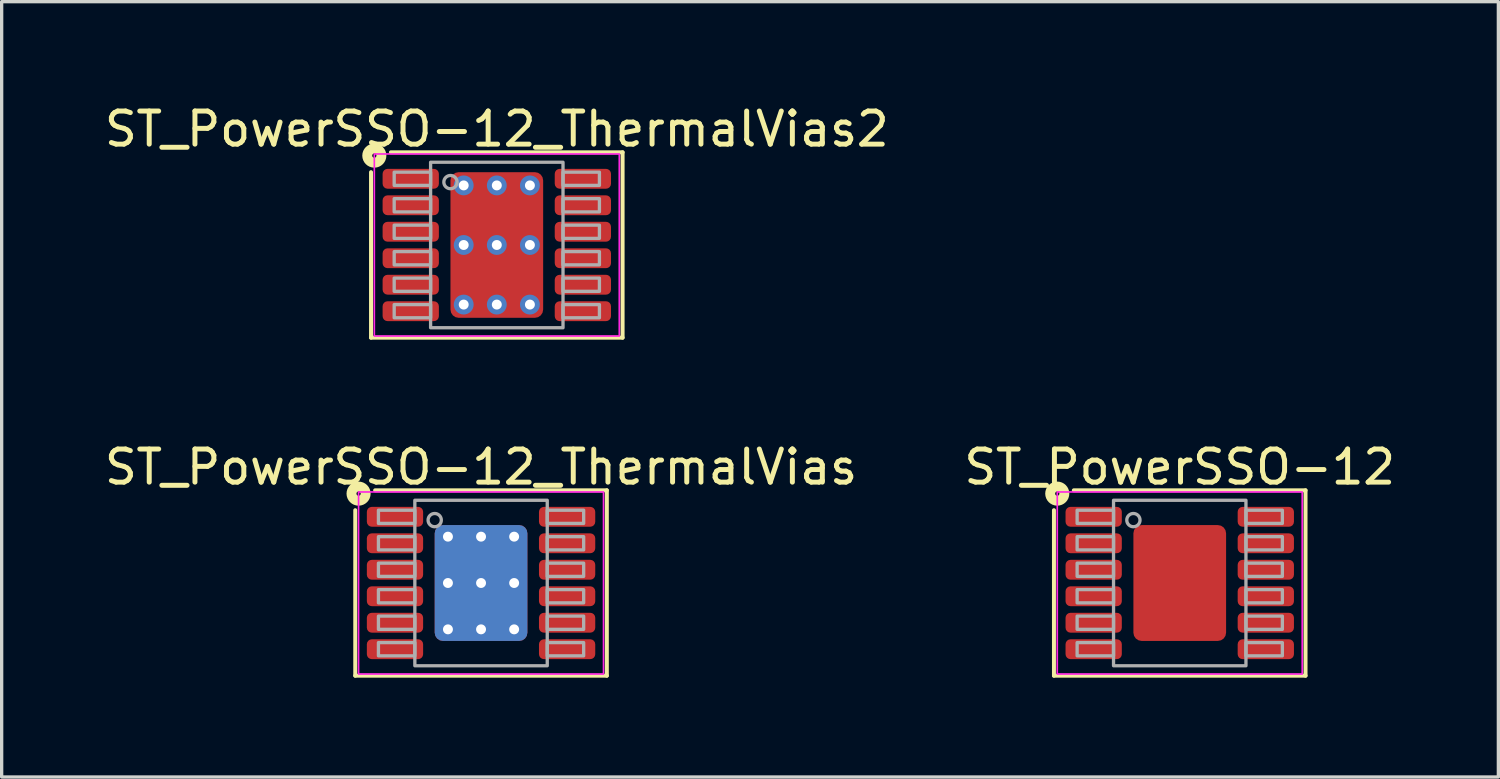
<source format=kicad_pcb>
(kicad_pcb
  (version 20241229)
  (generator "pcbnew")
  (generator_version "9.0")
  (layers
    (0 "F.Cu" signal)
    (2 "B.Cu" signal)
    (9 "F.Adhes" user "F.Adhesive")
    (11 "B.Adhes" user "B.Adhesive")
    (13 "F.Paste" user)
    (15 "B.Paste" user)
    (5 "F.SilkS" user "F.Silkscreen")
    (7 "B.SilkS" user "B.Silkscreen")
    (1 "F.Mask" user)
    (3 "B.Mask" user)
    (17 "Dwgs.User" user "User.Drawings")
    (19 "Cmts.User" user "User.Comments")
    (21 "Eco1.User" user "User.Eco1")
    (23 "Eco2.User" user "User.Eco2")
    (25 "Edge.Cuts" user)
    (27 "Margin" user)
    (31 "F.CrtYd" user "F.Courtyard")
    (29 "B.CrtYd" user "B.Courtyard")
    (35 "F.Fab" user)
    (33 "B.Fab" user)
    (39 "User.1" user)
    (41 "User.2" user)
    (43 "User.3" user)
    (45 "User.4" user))
  (footprint "ST_PowerSSO-12_ThermalVias2"
    (layer "F.Cu")
    (at 11.958 4.351)
    (property "Reference" "ST_PowerSSO-12_ThermalVias2" (at 0 -3.502 0) (layer "F.SilkS") (effects (font (size 1 1) (thickness 0.15))))
    (attr smd)
    (fp_line (start -3.8 -2.2) (end -3.8 2.8) (stroke (width 0.12) (type default)) (layer "F.SilkS"))
    (fp_line (start -3.8 2.8) (end 3.8 2.8) (stroke (width 0.12) (type default)) (layer "F.SilkS"))
    (fp_line (start 3.8 -2.8) (end -3.2 -2.8) (stroke (width 0.12) (type default)) (layer "F.SilkS"))
    (fp_line (start 3.8 2.8) (end 3.8 -2.8) (stroke (width 0.12) (type default)) (layer "F.SilkS"))
    (fp_circle (center -3.7 -2.7) (end -3.636 -2.7) (stroke (width 0.3) (type solid)) (fill no) (layer "F.SilkS"))
    (fp_rect (start -3.7 -2.75) (end 3.7 2.75) (stroke (width 0.05) (type default)) (fill no) (layer "F.CrtYd"))
    (fp_rect (start -2 -2.5) (end 2 2.5) (stroke (width 0.1) (type default)) (fill no) (layer "F.Fab"))
    (fp_rect (start -2 -2.2) (end -3.1 -1.8) (stroke (width 0.1) (type default)) (fill no) (layer "F.Fab"))
    (fp_rect (start -2 -1.4) (end -3.1 -1) (stroke (width 0.1) (type default)) (fill no) (layer "F.Fab"))
    (fp_rect (start -2 -0.6) (end -3.1 -0.2) (stroke (width 0.1) (type default)) (fill no) (layer "F.Fab"))
    (fp_rect (start -2 0.2) (end -3.1 0.6) (stroke (width 0.1) (type default)) (fill no) (layer "F.Fab"))
    (fp_rect (start -2 1) (end -3.1 1.4) (stroke (width 0.1) (type default)) (fill no) (layer "F.Fab"))
    (fp_rect (start -2 1.8) (end -3.1 2.2) (stroke (width 0.1) (type default)) (fill no) (layer "F.Fab"))
    (fp_rect (start 3.1 -2.2) (end 2 -1.8) (stroke (width 0.1) (type default)) (fill no) (layer "F.Fab"))
    (fp_rect (start 3.1 -1.4) (end 2 -1) (stroke (width 0.1) (type default)) (fill no) (layer "F.Fab"))
    (fp_rect (start 3.1 -0.6) (end 2 -0.2) (stroke (width 0.1) (type default)) (fill no) (layer "F.Fab"))
    (fp_rect (start 3.1 0.2) (end 2 0.6) (stroke (width 0.1) (type default)) (fill no) (layer "F.Fab"))
    (fp_rect (start 3.1 1) (end 2 1.4) (stroke (width 0.1) (type default)) (fill no) (layer "F.Fab"))
    (fp_rect (start 3.1 1.8) (end 2 2.2) (stroke (width 0.1) (type default)) (fill no) (layer "F.Fab"))
    (fp_circle (center -1.4 -1.9) (end -1.2 -1.9) (stroke (width 0.1) (type solid)) (fill no) (layer "F.Fab"))
    (pad "" smd roundrect (at -0.7 -0.9) (size 1 0.9) (layers "F.Paste") (roundrect_rratio 0.25))
    (pad "" smd roundrect (at -0.7 0.9) (size 1 0.9) (layers "F.Paste") (roundrect_rratio 0.25))
    (pad "" smd roundrect (at 0 -0.9) (size 2.7 1.1) (layers "F.Mask") (roundrect_rratio 0.25))
    (pad "" smd roundrect (at 0 0.9) (size 2.7 1.1) (layers "F.Mask") (roundrect_rratio 0.25))
    (pad "" smd roundrect (at 0.7 -0.9) (size 1 0.9) (layers "F.Paste") (roundrect_rratio 0.25))
    (pad "" smd roundrect (at 0.7 0.9) (size 1 0.9) (layers "F.Paste") (roundrect_rratio 0.25))
    (pad "1" smd roundrect (at -2.6 -2) (size 1.7 0.6) (layers "F.Cu" "F.Mask" "F.Paste") (roundrect_rratio 0.25))
    (pad "2" smd roundrect (at -2.6 -1.2) (size 1.7 0.6) (layers "F.Cu" "F.Mask" "F.Paste") (roundrect_rratio 0.25))
    (pad "3" smd roundrect (at -2.6 -0.4) (size 1.7 0.6) (layers "F.Cu" "F.Mask" "F.Paste") (roundrect_rratio 0.25))
    (pad "4" smd roundrect (at -2.6 0.4) (size 1.7 0.6) (layers "F.Cu" "F.Mask" "F.Paste") (roundrect_rratio 0.25))
    (pad "5" smd roundrect (at -2.6 1.2) (size 1.7 0.6) (layers "F.Cu" "F.Mask" "F.Paste") (roundrect_rratio 0.25))
    (pad "6" smd roundrect (at -2.6 2) (size 1.7 0.6) (layers "F.Cu" "F.Mask" "F.Paste") (roundrect_rratio 0.25))
    (pad "7" smd roundrect (at 2.6 2) (size 1.7 0.6) (layers "F.Cu" "F.Mask" "F.Paste") (roundrect_rratio 0.25))
    (pad "8" smd roundrect (at 2.6 1.2) (size 1.7 0.6) (layers "F.Cu" "F.Mask" "F.Paste") (roundrect_rratio 0.25))
    (pad "9" smd roundrect (at 2.6 0.4) (size 1.7 0.6) (layers "F.Cu" "F.Mask" "F.Paste") (roundrect_rratio 0.25))
    (pad "10" smd roundrect (at 2.6 -0.4) (size 1.7 0.6) (layers "F.Cu" "F.Mask" "F.Paste") (roundrect_rratio 0.25))
    (pad "11" smd roundrect (at 2.6 -1.2) (size 1.7 0.6) (layers "F.Cu" "F.Mask" "F.Paste") (roundrect_rratio 0.25))
    (pad "12" smd roundrect (at 2.6 -2) (size 1.7 0.6) (layers "F.Cu" "F.Mask" "F.Paste") (roundrect_rratio 0.25))
    (pad "13" thru_hole circle (at -1 -1.8) (size 0.6 0.6) (drill 0.3) (property pad_prop_heatsink) (layers "*.Cu" "*.Mask"))
    (pad "13" thru_hole circle (at -1 0) (size 0.6 0.6) (drill 0.3) (property pad_prop_heatsink) (layers "*.Cu" "*.Mask"))
    (pad "13" thru_hole circle (at -1 1.8) (size 0.6 0.6) (drill 0.3) (property pad_prop_heatsink) (layers "*.Cu" "*.Mask"))
    (pad "13" thru_hole circle (at 0 -1.8) (size 0.6 0.6) (drill 0.3) (property pad_prop_heatsink) (layers "*.Cu" "*.Mask"))
    (pad "13" thru_hole circle (at 0 0) (size 0.6 0.6) (drill 0.3) (property pad_prop_heatsink) (layers "*.Cu" "*.Mask"))
    (pad "13" smd roundrect (at 0 0) (size 2.8 4.4) (layers "F.Cu") (roundrect_rratio 0.089))
    (pad "13" thru_hole circle (at 0 1.8) (size 0.6 0.6) (drill 0.3) (property pad_prop_heatsink) (layers "*.Cu" "*.Mask"))
    (pad "13" thru_hole circle (at 1 -1.8) (size 0.6 0.6) (drill 0.3) (property pad_prop_heatsink) (layers "*.Cu" "*.Mask"))
    (pad "13" thru_hole circle (at 1 0) (size 0.6 0.6) (drill 0.3) (property pad_prop_heatsink) (layers "*.Cu" "*.Mask"))
    (pad "13" thru_hole circle (at 1 1.8) (size 0.6 0.6) (drill 0.3) (property pad_prop_heatsink) (layers "*.Cu" "*.Mask")))
  (footprint "ST_PowerSSO-12"
    (layer "F.Cu")
    (at 32.589 14.562)
    (property "Reference" "ST_PowerSSO-12" (at 0 -3.502 0) (layer "F.SilkS") (effects (font (size 1 1) (thickness 0.15))))
    (attr smd)
    (fp_line (start -3.8 -2.2) (end -3.8 2.8) (stroke (width 0.12) (type default)) (layer "F.SilkS"))
    (fp_line (start -3.8 2.8) (end 3.8 2.8) (stroke (width 0.12) (type default)) (layer "F.SilkS"))
    (fp_line (start 3.8 -2.8) (end -3.2 -2.8) (stroke (width 0.12) (type default)) (layer "F.SilkS"))
    (fp_line (start 3.8 2.8) (end 3.8 -2.8) (stroke (width 0.12) (type default)) (layer "F.SilkS"))
    (fp_circle (center -3.7 -2.7) (end -3.636 -2.7) (stroke (width 0.3) (type solid)) (fill no) (layer "F.SilkS"))
    (fp_rect (start -3.7 -2.75) (end 3.7 2.75) (stroke (width 0.05) (type default)) (fill no) (layer "F.CrtYd"))
    (fp_rect (start -2 -2.5) (end 2 2.5) (stroke (width 0.1) (type default)) (fill no) (layer "F.Fab"))
    (fp_rect (start -2 -2.2) (end -3.1 -1.8) (stroke (width 0.1) (type default)) (fill no) (layer "F.Fab"))
    (fp_rect (start -2 -1.4) (end -3.1 -1) (stroke (width 0.1) (type default)) (fill no) (layer "F.Fab"))
    (fp_rect (start -2 -0.6) (end -3.1 -0.2) (stroke (width 0.1) (type default)) (fill no) (layer "F.Fab"))
    (fp_rect (start -2 0.2) (end -3.1 0.6) (stroke (width 0.1) (type default)) (fill no) (layer "F.Fab"))
    (fp_rect (start -2 1) (end -3.1 1.4) (stroke (width 0.1) (type default)) (fill no) (layer "F.Fab"))
    (fp_rect (start -2 1.8) (end -3.1 2.2) (stroke (width 0.1) (type default)) (fill no) (layer "F.Fab"))
    (fp_rect (start 3.1 -2.2) (end 2 -1.8) (stroke (width 0.1) (type default)) (fill no) (layer "F.Fab"))
    (fp_rect (start 3.1 -1.4) (end 2 -1) (stroke (width 0.1) (type default)) (fill no) (layer "F.Fab"))
    (fp_rect (start 3.1 -0.6) (end 2 -0.2) (stroke (width 0.1) (type default)) (fill no) (layer "F.Fab"))
    (fp_rect (start 3.1 0.2) (end 2 0.6) (stroke (width 0.1) (type default)) (fill no) (layer "F.Fab"))
    (fp_rect (start 3.1 1) (end 2 1.4) (stroke (width 0.1) (type default)) (fill no) (layer "F.Fab"))
    (fp_rect (start 3.1 1.8) (end 2 2.2) (stroke (width 0.1) (type default)) (fill no) (layer "F.Fab"))
    (fp_circle (center -1.4 -1.9) (end -1.2 -1.9) (stroke (width 0.1) (type solid)) (fill no) (layer "F.Fab"))
    (pad "" smd roundrect (at -0.7 -0.9) (size 1 1.4) (layers "F.Paste") (roundrect_rratio 0.25))
    (pad "" smd roundrect (at -0.7 0.9) (size 1 1.4) (layers "F.Paste") (roundrect_rratio 0.25))
    (pad "" smd roundrect (at 0.7 -0.9) (size 1 1.4) (layers "F.Paste") (roundrect_rratio 0.25))
    (pad "" smd roundrect (at 0.7 0.9) (size 1 1.4) (layers "F.Paste") (roundrect_rratio 0.25))
    (pad "1" smd roundrect (at -2.6 -2) (size 1.7 0.6) (layers "F.Cu" "F.Mask" "F.Paste") (roundrect_rratio 0.25))
    (pad "2" smd roundrect (at -2.6 -1.2) (size 1.7 0.6) (layers "F.Cu" "F.Mask" "F.Paste") (roundrect_rratio 0.25))
    (pad "3" smd roundrect (at -2.6 -0.4) (size 1.7 0.6) (layers "F.Cu" "F.Mask" "F.Paste") (roundrect_rratio 0.25))
    (pad "4" smd roundrect (at -2.6 0.4) (size 1.7 0.6) (layers "F.Cu" "F.Mask" "F.Paste") (roundrect_rratio 0.25))
    (pad "5" smd roundrect (at -2.6 1.2) (size 1.7 0.6) (layers "F.Cu" "F.Mask" "F.Paste") (roundrect_rratio 0.25))
    (pad "6" smd roundrect (at -2.6 2) (size 1.7 0.6) (layers "F.Cu" "F.Mask" "F.Paste") (roundrect_rratio 0.25))
    (pad "7" smd roundrect (at 2.6 2) (size 1.7 0.6) (layers "F.Cu" "F.Mask" "F.Paste") (roundrect_rratio 0.25))
    (pad "8" smd roundrect (at 2.6 1.2) (size 1.7 0.6) (layers "F.Cu" "F.Mask" "F.Paste") (roundrect_rratio 0.25))
    (pad "9" smd roundrect (at 2.6 0.4) (size 1.7 0.6) (layers "F.Cu" "F.Mask" "F.Paste") (roundrect_rratio 0.25))
    (pad "10" smd roundrect (at 2.6 -0.4) (size 1.7 0.6) (layers "F.Cu" "F.Mask" "F.Paste") (roundrect_rratio 0.25))
    (pad "11" smd roundrect (at 2.6 -1.2) (size 1.7 0.6) (layers "F.Cu" "F.Mask" "F.Paste") (roundrect_rratio 0.25))
    (pad "12" smd roundrect (at 2.6 -2) (size 1.7 0.6) (layers "F.Cu" "F.Mask" "F.Paste") (roundrect_rratio 0.25))
    (pad "13" smd roundrect (at 0 0) (size 2.8 3.5) (layers "F.Cu" "F.Mask") (roundrect_rratio 0.089)))
  (footprint "ST_PowerSSO-12_ThermalVias"
    (layer "F.Cu")
    (at 11.482 14.562)
    (property "Reference" "ST_PowerSSO-12_ThermalVias" (at 0 -3.502 0) (layer "F.SilkS") (effects (font (size 1 1) (thickness 0.15))))
    (attr smd)
    (fp_line (start -3.8 -2.2) (end -3.8 2.8) (stroke (width 0.12) (type default)) (layer "F.SilkS"))
    (fp_line (start -3.8 2.8) (end 3.8 2.8) (stroke (width 0.12) (type default)) (layer "F.SilkS"))
    (fp_line (start 3.8 -2.8) (end -3.2 -2.8) (stroke (width 0.12) (type default)) (layer "F.SilkS"))
    (fp_line (start 3.8 2.8) (end 3.8 -2.8) (stroke (width 0.12) (type default)) (layer "F.SilkS"))
    (fp_circle (center -3.7 -2.7) (end -3.636 -2.7) (stroke (width 0.3) (type solid)) (fill no) (layer "F.SilkS"))
    (fp_rect (start -3.7 -2.75) (end 3.7 2.75) (stroke (width 0.05) (type default)) (fill no) (layer "F.CrtYd"))
    (fp_rect (start -2 -2.5) (end 2 2.5) (stroke (width 0.1) (type default)) (fill no) (layer "F.Fab"))
    (fp_rect (start -2 -2.2) (end -3.1 -1.8) (stroke (width 0.1) (type default)) (fill no) (layer "F.Fab"))
    (fp_rect (start -2 -1.4) (end -3.1 -1) (stroke (width 0.1) (type default)) (fill no) (layer "F.Fab"))
    (fp_rect (start -2 -0.6) (end -3.1 -0.2) (stroke (width 0.1) (type default)) (fill no) (layer "F.Fab"))
    (fp_rect (start -2 0.2) (end -3.1 0.6) (stroke (width 0.1) (type default)) (fill no) (layer "F.Fab"))
    (fp_rect (start -2 1) (end -3.1 1.4) (stroke (width 0.1) (type default)) (fill no) (layer "F.Fab"))
    (fp_rect (start -2 1.8) (end -3.1 2.2) (stroke (width 0.1) (type default)) (fill no) (layer "F.Fab"))
    (fp_rect (start 3.1 -2.2) (end 2 -1.8) (stroke (width 0.1) (type default)) (fill no) (layer "F.Fab"))
    (fp_rect (start 3.1 -1.4) (end 2 -1) (stroke (width 0.1) (type default)) (fill no) (layer "F.Fab"))
    (fp_rect (start 3.1 -0.6) (end 2 -0.2) (stroke (width 0.1) (type default)) (fill no) (layer "F.Fab"))
    (fp_rect (start 3.1 0.2) (end 2 0.6) (stroke (width 0.1) (type default)) (fill no) (layer "F.Fab"))
    (fp_rect (start 3.1 1) (end 2 1.4) (stroke (width 0.1) (type default)) (fill no) (layer "F.Fab"))
    (fp_rect (start 3.1 1.8) (end 2 2.2) (stroke (width 0.1) (type default)) (fill no) (layer "F.Fab"))
    (fp_circle (center -1.4 -1.9) (end -1.2 -1.9) (stroke (width 0.1) (type solid)) (fill no) (layer "F.Fab"))
    (pad "" smd roundrect (at -0.7 -0.9) (size 1 1.4) (layers "F.Paste") (roundrect_rratio 0.25))
    (pad "" smd roundrect (at -0.7 0.9) (size 1 1.4) (layers "F.Paste") (roundrect_rratio 0.25))
    (pad "" smd roundrect (at 0.7 -0.9) (size 1 1.4) (layers "F.Paste") (roundrect_rratio 0.25))
    (pad "" smd roundrect (at 0.7 0.9) (size 1 1.4) (layers "F.Paste") (roundrect_rratio 0.25))
    (pad "1" smd roundrect (at -2.6 -2) (size 1.7 0.6) (layers "F.Cu" "F.Mask" "F.Paste") (roundrect_rratio 0.25))
    (pad "2" smd roundrect (at -2.6 -1.2) (size 1.7 0.6) (layers "F.Cu" "F.Mask" "F.Paste") (roundrect_rratio 0.25))
    (pad "3" smd roundrect (at -2.6 -0.4) (size 1.7 0.6) (layers "F.Cu" "F.Mask" "F.Paste") (roundrect_rratio 0.25))
    (pad "4" smd roundrect (at -2.6 0.4) (size 1.7 0.6) (layers "F.Cu" "F.Mask" "F.Paste") (roundrect_rratio 0.25))
    (pad "5" smd roundrect (at -2.6 1.2) (size 1.7 0.6) (layers "F.Cu" "F.Mask" "F.Paste") (roundrect_rratio 0.25))
    (pad "6" smd roundrect (at -2.6 2) (size 1.7 0.6) (layers "F.Cu" "F.Mask" "F.Paste") (roundrect_rratio 0.25))
    (pad "7" smd roundrect (at 2.6 2) (size 1.7 0.6) (layers "F.Cu" "F.Mask" "F.Paste") (roundrect_rratio 0.25))
    (pad "8" smd roundrect (at 2.6 1.2) (size 1.7 0.6) (layers "F.Cu" "F.Mask" "F.Paste") (roundrect_rratio 0.25))
    (pad "9" smd roundrect (at 2.6 0.4) (size 1.7 0.6) (layers "F.Cu" "F.Mask" "F.Paste") (roundrect_rratio 0.25))
    (pad "10" smd roundrect (at 2.6 -0.4) (size 1.7 0.6) (layers "F.Cu" "F.Mask" "F.Paste") (roundrect_rratio 0.25))
    (pad "11" smd roundrect (at 2.6 -1.2) (size 1.7 0.6) (layers "F.Cu" "F.Mask" "F.Paste") (roundrect_rratio 0.25))
    (pad "12" smd roundrect (at 2.6 -2) (size 1.7 0.6) (layers "F.Cu" "F.Mask" "F.Paste") (roundrect_rratio 0.25))
    (pad "13" thru_hole circle (at -1 -1.4) (size 0.6 0.6) (drill 0.3) (property pad_prop_heatsink) (layers "*.Cu" "*.Mask"))
    (pad "13" thru_hole circle (at -1 0) (size 0.6 0.6) (drill 0.3) (property pad_prop_heatsink) (layers "*.Cu" "*.Mask"))
    (pad "13" thru_hole circle (at -1 1.4) (size 0.6 0.6) (drill 0.3) (property pad_prop_heatsink) (layers "*.Cu" "*.Mask"))
    (pad "13" thru_hole circle (at 0 -1.4) (size 0.6 0.6) (drill 0.3) (property pad_prop_heatsink) (layers "*.Cu" "*.Mask"))
    (pad "13" thru_hole circle (at 0 0) (size 0.6 0.6) (drill 0.3) (property pad_prop_heatsink) (layers "*.Cu" "*.Mask"))
    (pad "13" smd roundrect (at 0 0) (size 2.8 3.5) (layers "F.Cu" "F.Mask") (roundrect_rratio 0.089))
    (pad "13" smd roundrect (at 0 0) (size 2.8 3.5) (layers "B.Cu" "B.Mask") (roundrect_rratio 0.089))
    (pad "13" thru_hole circle (at 0 1.4) (size 0.6 0.6) (drill 0.3) (property pad_prop_heatsink) (layers "*.Cu" "*.Mask"))
    (pad "13" thru_hole circle (at 1 -1.4) (size 0.6 0.6) (drill 0.3) (property pad_prop_heatsink) (layers "*.Cu" "*.Mask"))
    (pad "13" thru_hole circle (at 1 0) (size 0.6 0.6) (drill 0.3) (property pad_prop_heatsink) (layers "*.Cu" "*.Mask"))
    (pad "13" thru_hole circle (at 1 1.4) (size 0.6 0.6) (drill 0.3) (property pad_prop_heatsink) (layers "*.Cu" "*.Mask")))
  (gr_rect
    (start -3 -3)
    (end 42.214 20.422)
    (stroke (width 0.1) (type default))
    (fill no)
    (layer "Edge.Cuts")))
</source>
